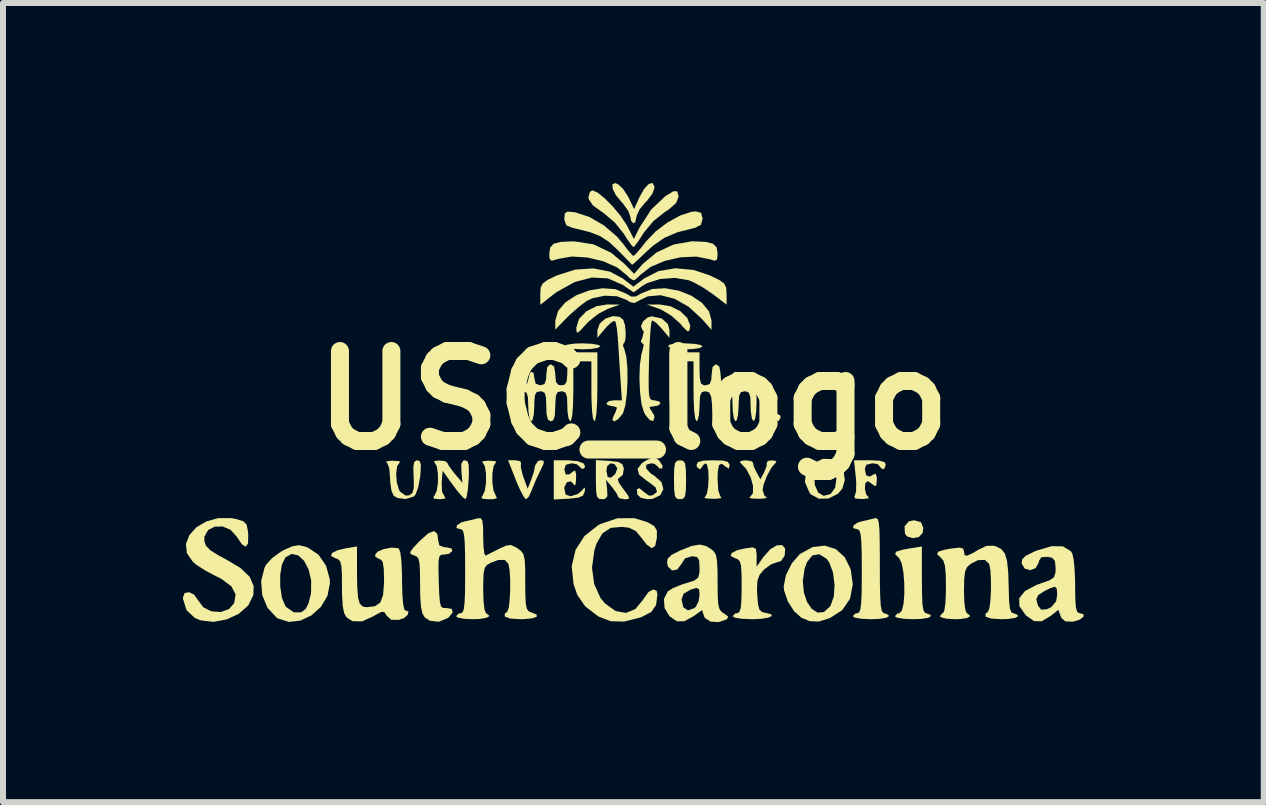
<source format=kicad_pcb>
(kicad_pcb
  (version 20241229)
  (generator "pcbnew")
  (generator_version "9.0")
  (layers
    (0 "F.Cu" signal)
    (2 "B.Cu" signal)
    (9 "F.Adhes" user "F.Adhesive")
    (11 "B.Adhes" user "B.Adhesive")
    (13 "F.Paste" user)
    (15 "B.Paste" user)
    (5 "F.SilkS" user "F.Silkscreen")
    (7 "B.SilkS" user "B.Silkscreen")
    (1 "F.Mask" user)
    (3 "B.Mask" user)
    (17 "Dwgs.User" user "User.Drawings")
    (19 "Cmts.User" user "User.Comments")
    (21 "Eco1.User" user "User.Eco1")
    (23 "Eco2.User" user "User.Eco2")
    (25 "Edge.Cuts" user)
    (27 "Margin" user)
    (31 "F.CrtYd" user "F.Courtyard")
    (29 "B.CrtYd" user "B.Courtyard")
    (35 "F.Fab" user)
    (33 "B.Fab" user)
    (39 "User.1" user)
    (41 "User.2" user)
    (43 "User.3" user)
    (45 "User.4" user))
  (footprint "USC_logo"
    (layer "F.Cu")
    (at 7.511 3.624)
    (property "Reference" "USC_logo" (at 0 0 0) (layer "F.SilkS") (effects (font (size 1.5 1.5) (thickness 0.3))))
    (attr board_only exclude_from_pos_files exclude_from_bom)
    (fp_poly (pts (xy 2.239 0.241) (xy 2.245 0.319) (xy 2.235 0.336) (xy 2.212 0.322) (xy 2.208 0.271) (xy 2.221 0.217)) (stroke (width 0) (type solid)) (fill yes) (layer "F.SilkS"))
    (fp_poly (pts (xy 2.446 0.252) (xy 2.455 0.283) (xy 2.423 0.345) (xy 2.354 0.33) (xy 2.338 0.317) (xy 2.307 0.249) (xy 2.366 0.217) (xy 2.38 0.217)) (stroke (width 0) (type solid)) (fill yes) (layer "F.SilkS"))
    (fp_poly (pts (xy 4.794 2.032) (xy 4.833 2.129) (xy 4.821 2.212) (xy 4.76 2.279) (xy 4.659 2.299) (xy 4.563 2.27) (xy 4.527 2.225) (xy 4.52 2.1) (xy 4.593 2.018) (xy 4.678 2)) (stroke (width 0) (type solid)) (fill yes) (layer "F.SilkS"))
    (fp_poly (pts (xy -0.692 -0.942) (xy -0.583 -0.923) (xy -0.551 -0.9) (xy -0.597 -0.873) (xy -0.716 -0.855) (xy -0.852 -0.85) (xy -1.012 -0.858) (xy -1.12 -0.877) (xy -1.152 -0.9) (xy -1.107 -0.927) (xy -0.987 -0.945) (xy -0.852 -0.95)) (stroke (width 0) (type solid)) (fill yes) (layer "F.SilkS"))
    (fp_poly (pts (xy 1.01 -0.942) (xy 1.12 -0.923) (xy 1.152 -0.9) (xy 1.107 -0.872) (xy 0.99 -0.854) (xy 0.88 -0.85) (xy 0.723 -0.859) (xy 0.61 -0.88) (xy 0.576 -0.9) (xy 0.603 -0.929) (xy 0.719 -0.946) (xy 0.849 -0.95)) (stroke (width 0) (type solid)) (fill yes) (layer "F.SilkS"))
    (fp_poly (pts (xy -0.225 -1.596) (xy -0.426 -1.525) (xy -0.585 -1.442) (xy -0.743 -1.317) (xy -0.789 -1.269) (xy -0.886 -1.162) (xy -0.934 -1.124) (xy -0.95 -1.15) (xy -0.952 -1.212) (xy -0.906 -1.359) (xy -0.785 -1.484) (xy -0.614 -1.57) (xy -0.435 -1.598)) (stroke (width 0) (type solid)) (fill yes) (layer "F.SilkS"))
    (fp_poly (pts (xy 0.617 -1.568) (xy 0.779 -1.488) (xy 0.896 -1.375) (xy 0.946 -1.249) (xy 0.944 -1.214) (xy 0.928 -1.154) (xy 0.896 -1.154) (xy 0.828 -1.221) (xy 0.777 -1.281) (xy 0.634 -1.409) (xy 0.468 -1.509) (xy 0.426 -1.526) (xy 0.225 -1.596) (xy 0.438 -1.598)) (stroke (width 0) (type solid)) (fill yes) (layer "F.SilkS"))
    (fp_poly (pts (xy 0.831 1.01) (xy 0.861 1.055) (xy 0.874 1.157) (xy 0.877 1.325) (xy 0.874 1.501) (xy 0.86 1.599) (xy 0.828 1.641) (xy 0.777 1.65) (xy 0.722 1.64) (xy 0.692 1.595) (xy 0.679 1.493) (xy 0.676 1.325) (xy 0.679 1.149) (xy 0.693 1.051) (xy 0.725 1.009) (xy 0.777 1)) (stroke (width 0) (type solid)) (fill yes) (layer "F.SilkS"))
    (fp_poly (pts (xy -2.307 1.014) (xy -2.283 1.028) (xy -2.292 1.033) (xy -2.331 1.096) (xy -2.351 1.219) (xy -2.352 1.368) (xy -2.333 1.503) (xy -2.295 1.589) (xy -2.295 1.59) (xy -2.275 1.631) (xy -2.333 1.648) (xy -2.405 1.65) (xy -2.513 1.643) (xy -2.535 1.616) (xy -2.515 1.59) (xy -2.477 1.505) (xy -2.458 1.369) (xy -2.458 1.221) (xy -2.478 1.097) (xy -2.517 1.033) (xy -2.517 1.033) (xy -2.517 1.017) (xy -2.436 1.008) (xy -2.405 1.008)) (stroke (width 0) (type solid)) (fill yes) (layer "F.SilkS"))
    (fp_poly (pts (xy -1.888 1.015) (xy -1.875 1.044) (xy -1.877 1.115) (xy -1.848 1.239) (xy -1.834 1.282) (xy -1.764 1.475) (xy -1.705 1.325) (xy -1.66 1.191) (xy -1.639 1.087) (xy -1.593 1.013) (xy -1.548 1) (xy -1.498 1.008) (xy -1.495 1.049) (xy -1.539 1.148) (xy -1.555 1.178) (xy -1.63 1.337) (xy -1.692 1.489) (xy -1.697 1.503) (xy -1.745 1.606) (xy -1.79 1.65) (xy -1.791 1.65) (xy -1.83 1.607) (xy -1.89 1.494) (xy -1.959 1.335) (xy -1.962 1.325) (xy -2.09 1) (xy -1.969 1)) (stroke (width 0) (type solid)) (fill yes) (layer "F.SilkS"))
    (fp_poly (pts (xy 0.349 -3.567) (xy 0.351 -3.543) (xy 0.316 -3.445) (xy 0.229 -3.328) (xy 0.2 -3.3) (xy 0.104 -3.186) (xy 0.053 -3.077) (xy 0.05 -3.055) (xy 0.03 -2.971) (xy 0 -2.95) (xy -0.04 -2.992) (xy -0.05 -3.054) (xy -0.084 -3.153) (xy -0.169 -3.274) (xy -0.2 -3.308) (xy -0.294 -3.422) (xy -0.346 -3.526) (xy -0.351 -3.6) (xy -0.307 -3.622) (xy -0.257 -3.603) (xy -0.175 -3.527) (xy -0.092 -3.402) (xy -0.076 -3.371) (xy 0.011 -3.188) (xy 0.1 -3.386) (xy 0.178 -3.524) (xy 0.256 -3.607) (xy 0.318 -3.624)) (stroke (width 0) (type solid)) (fill yes) (layer "F.SilkS"))
    (fp_poly (pts (xy 4.809 2.994) (xy 4.812 3.241) (xy 4.819 3.405) (xy 4.835 3.5) (xy 4.86 3.543) (xy 4.885 3.55) (xy 4.951 3.577) (xy 4.96 3.6) (xy 4.914 3.627) (xy 4.795 3.645) (xy 4.659 3.65) (xy 4.499 3.642) (xy 4.391 3.623) (xy 4.359 3.6) (xy 4.399 3.556) (xy 4.434 3.55) (xy 4.476 3.505) (xy 4.504 3.387) (xy 4.517 3.223) (xy 4.515 3.039) (xy 4.5 2.861) (xy 4.471 2.715) (xy 4.428 2.628) (xy 4.421 2.622) (xy 4.363 2.566) (xy 4.379 2.525) (xy 4.478 2.493) (xy 4.598 2.471) (xy 4.809 2.437)) (stroke (width 0) (type solid)) (fill yes) (layer "F.SilkS"))
    (fp_poly (pts (xy 3.309 0.98) (xy 3.427 1.057) (xy 3.503 1.182) (xy 3.525 1.328) (xy 3.483 1.472) (xy 3.41 1.558) (xy 3.253 1.637) (xy 3.092 1.641) (xy 2.961 1.571) (xy 2.934 1.539) (xy 2.859 1.363) (xy 2.873 1.235) (xy 3.015 1.235) (xy 3.024 1.413) (xy 3.08 1.537) (xy 3.171 1.593) (xy 3.283 1.564) (xy 3.287 1.562) (xy 3.362 1.459) (xy 3.384 1.309) (xy 3.358 1.178) (xy 3.299 1.08) (xy 3.204 1.056) (xy 3.169 1.059) (xy 3.069 1.089) (xy 3.025 1.168) (xy 3.015 1.235) (xy 2.873 1.235) (xy 2.877 1.197) (xy 2.979 1.062) (xy 3.157 0.976) (xy 3.159 0.976)) (stroke (width 0) (type solid)) (fill yes) (layer "F.SilkS"))
    (fp_poly (pts (xy 0.38 0.965) (xy 0.434 1.012) (xy 0.485 1.09) (xy 0.479 1.136) (xy 0.429 1.136) (xy 0.415 1.113) (xy 0.352 1.06) (xy 0.296 1.05) (xy 0.215 1.074) (xy 0.212 1.136) (xy 0.284 1.216) (xy 0.351 1.26) (xy 0.469 1.366) (xy 0.499 1.481) (xy 0.448 1.581) (xy 0.324 1.642) (xy 0.239 1.65) (xy 0.121 1.625) (xy 0.067 1.573) (xy 0.057 1.483) (xy 0.101 1.465) (xy 0.169 1.524) (xy 0.259 1.589) (xy 0.318 1.585) (xy 0.393 1.528) (xy 0.37 1.453) (xy 0.249 1.358) (xy 0.223 1.342) (xy 0.096 1.241) (xy 0.068 1.144) (xy 0.141 1.048) (xy 0.212 1.002) (xy 0.314 0.955)) (stroke (width 0) (type solid)) (fill yes) (layer "F.SilkS"))
    (fp_poly (pts (xy 2.383 1.013) (xy 2.374 1.038) (xy 2.302 1.122) (xy 2.227 1.258) (xy 2.171 1.402) (xy 2.154 1.493) (xy 2.182 1.586) (xy 2.217 1.617) (xy 2.213 1.632) (xy 2.13 1.641) (xy 2.079 1.642) (xy 1.97 1.637) (xy 1.932 1.624) (xy 1.941 1.617) (xy 1.992 1.549) (xy 1.994 1.429) (xy 1.954 1.284) (xy 1.88 1.145) (xy 1.781 1.039) (xy 1.78 1.038) (xy 1.784 1.012) (xy 1.865 1.001) (xy 1.866 1.001) (xy 1.962 1.012) (xy 1.993 1.038) (xy 2.007 1.105) (xy 2.05 1.196) (xy 2.117 1.317) (xy 2.181 1.197) (xy 2.221 1.095) (xy 2.222 1.038) (xy 2.245 1.009) (xy 2.314 1.001)) (stroke (width 0) (type solid)) (fill yes) (layer "F.SilkS"))
    (fp_poly (pts (xy 1.49 1.005) (xy 1.574 1.026) (xy 1.602 1.07) (xy 1.603 1.085) (xy 1.59 1.14) (xy 1.543 1.11) (xy 1.471 1.057) (xy 1.427 1.08) (xy 1.406 1.188) (xy 1.403 1.321) (xy 1.414 1.5) (xy 1.447 1.601) (xy 1.465 1.617) (xy 1.462 1.632) (xy 1.379 1.641) (xy 1.328 1.642) (xy 1.219 1.637) (xy 1.18 1.624) (xy 1.19 1.617) (xy 1.224 1.56) (xy 1.245 1.443) (xy 1.253 1.301) (xy 1.247 1.166) (xy 1.226 1.073) (xy 1.202 1.05) (xy 1.154 1.088) (xy 1.152 1.1) (xy 1.114 1.149) (xy 1.102 1.15) (xy 1.058 1.11) (xy 1.052 1.075) (xy 1.077 1.03) (xy 1.164 1.006) (xy 1.328 1)) (stroke (width 0) (type solid)) (fill yes) (layer "F.SilkS"))
    (fp_poly (pts (xy -0.596 -3.462) (xy -0.475 -3.364) (xy -0.34 -3.227) (xy -0.212 -3.072) (xy -0.113 -2.923) (xy -0.099 -2.897) (xy 0.007 -2.69) (xy 0.103 -2.882) (xy 0.295 -3.179) (xy 0.533 -3.404) (xy 0.55 -3.415) (xy 0.669 -3.486) (xy 0.73 -3.485) (xy 0.75 -3.413) (xy 0.75 -3.388) (xy 0.711 -3.288) (xy 0.589 -3.181) (xy 0.523 -3.139) (xy 0.336 -2.99) (xy 0.179 -2.804) (xy 0.162 -2.778) (xy 0.081 -2.652) (xy 0.02 -2.57) (xy 0 -2.553) (xy -0.038 -2.592) (xy -0.108 -2.692) (xy -0.162 -2.778) (xy -0.31 -2.964) (xy -0.497 -3.122) (xy -0.523 -3.139) (xy -0.677 -3.251) (xy -0.745 -3.352) (xy -0.75 -3.388) (xy -0.725 -3.476) (xy -0.682 -3.5)) (stroke (width 0) (type solid)) (fill yes) (layer "F.SilkS"))
    (fp_poly (pts (xy -0.302 -1.853) (xy -0.131 -1.783) (xy -0.032 -1.728) (xy 0.043 -1.732) (xy 0.131 -1.783) (xy 0.315 -1.856) (xy 0.53 -1.868) (xy 0.755 -1.828) (xy 0.966 -1.744) (xy 1.142 -1.626) (xy 1.261 -1.481) (xy 1.302 -1.329) (xy 1.301 -1.175) (xy 1.139 -1.359) (xy 0.921 -1.559) (xy 0.687 -1.692) (xy 0.453 -1.752) (xy 0.239 -1.733) (xy 0.111 -1.672) (xy 0.019 -1.622) (xy -0.057 -1.637) (xy -0.111 -1.672) (xy -0.273 -1.734) (xy -0.477 -1.744) (xy -0.679 -1.703) (xy -0.777 -1.658) (xy -0.901 -1.566) (xy -1.047 -1.438) (xy -1.115 -1.372) (xy -1.303 -1.178) (xy -1.303 -1.33) (xy -1.256 -1.491) (xy -1.133 -1.634) (xy -0.953 -1.751) (xy -0.74 -1.831) (xy -0.516 -1.868)) (stroke (width 0) (type solid)) (fill yes) (layer "F.SilkS"))
    (fp_poly (pts (xy -3.561 1.016) (xy -3.544 1.079) (xy -3.55 1.211) (xy -3.557 1.279) (xy -3.588 1.448) (xy -3.631 1.568) (xy -3.66 1.603) (xy -3.796 1.646) (xy -3.934 1.629) (xy -3.998 1.59) (xy -4.034 1.507) (xy -4.055 1.366) (xy -4.058 1.294) (xy -4.071 1.136) (xy -4.106 1.044) (xy -4.121 1.033) (xy -4.12 1.017) (xy -4.039 1.008) (xy -4.008 1.008) (xy -3.91 1.014) (xy -3.887 1.028) (xy -3.895 1.033) (xy -3.939 1.098) (xy -3.956 1.221) (xy -3.946 1.364) (xy -3.91 1.489) (xy -3.89 1.524) (xy -3.797 1.589) (xy -3.735 1.583) (xy -3.684 1.545) (xy -3.662 1.464) (xy -3.663 1.315) (xy -3.665 1.275) (xy -3.67 1.113) (xy -3.655 1.029) (xy -3.616 1.001) (xy -3.604 1)) (stroke (width 0) (type solid)) (fill yes) (layer "F.SilkS"))
    (fp_poly (pts (xy 4.105 1.007) (xy 4.188 1.032) (xy 4.208 1.075) (xy 4.181 1.142) (xy 4.158 1.15) (xy 4.11 1.112) (xy 4.108 1.1) (xy 4.065 1.062) (xy 3.983 1.05) (xy 3.883 1.075) (xy 3.858 1.142) (xy 3.88 1.25) (xy 3.942 1.272) (xy 3.991 1.243) (xy 4.039 1.223) (xy 4.057 1.28) (xy 4.058 1.329) (xy 4.049 1.421) (xy 4.017 1.427) (xy 3.998 1.41) (xy 3.924 1.357) (xy 3.898 1.35) (xy 3.864 1.39) (xy 3.859 1.478) (xy 3.881 1.569) (xy 3.92 1.617) (xy 3.92 1.634) (xy 3.839 1.645) (xy 3.81 1.646) (xy 3.697 1.638) (xy 3.682 1.606) (xy 3.687 1.6) (xy 3.712 1.522) (xy 3.715 1.375) (xy 3.707 1.275) (xy 3.677 1) (xy 3.943 1)) (stroke (width 0) (type solid)) (fill yes) (layer "F.SilkS"))
    (fp_poly (pts (xy 1.003 -2.173) (xy 1.273 -2.083) (xy 1.428 -2.008) (xy 1.512 -1.948) (xy 1.546 -1.879) (xy 1.553 -1.777) (xy 1.553 -1.775) (xy 1.553 -1.595) (xy 1.324 -1.77) (xy 1.161 -1.88) (xy 0.996 -1.971) (xy 0.917 -2.003) (xy 0.689 -2.041) (xy 0.444 -2.022) (xy 0.226 -1.953) (xy 0.147 -1.906) (xy 0.004 -1.8) (xy -0.18 -1.925) (xy -0.423 -2.032) (xy -0.693 -2.047) (xy -0.979 -1.972) (xy -1.273 -1.809) (xy -1.357 -1.747) (xy -1.553 -1.592) (xy -1.553 -1.774) (xy -1.547 -1.877) (xy -1.513 -1.947) (xy -1.431 -2.007) (xy -1.279 -2.081) (xy -1.273 -2.083) (xy -0.972 -2.179) (xy -0.67 -2.199) (xy -0.391 -2.145) (xy -0.181 -2.033) (xy 0 -1.895) (xy 0.181 -2.033) (xy 0.418 -2.154) (xy 0.7 -2.201)) (stroke (width 0) (type solid)) (fill yes) (layer "F.SilkS"))
    (fp_poly (pts (xy -2.766 1.017) (xy -2.746 1.081) (xy -2.743 1.214) (xy -2.747 1.325) (xy -2.761 1.49) (xy -2.781 1.608) (xy -2.801 1.65) (xy -2.848 1.613) (xy -2.932 1.516) (xy -3.01 1.413) (xy -3.181 1.175) (xy -3.197 1.37) (xy -3.191 1.525) (xy -3.147 1.607) (xy -3.133 1.637) (xy -3.217 1.649) (xy -3.229 1.649) (xy -3.325 1.641) (xy -3.334 1.611) (xy -3.317 1.59) (xy -3.278 1.505) (xy -3.259 1.369) (xy -3.26 1.221) (xy -3.28 1.097) (xy -3.318 1.033) (xy -3.319 1.033) (xy -3.323 1.014) (xy -3.246 1.004) (xy -3.244 1.004) (xy -3.144 1.013) (xy -3.106 1.038) (xy -3.076 1.096) (xy -3.002 1.196) (xy -2.978 1.225) (xy -2.851 1.375) (xy -2.868 1.188) (xy -2.87 1.059) (xy -2.838 1.005) (xy -2.808 1)) (stroke (width 0) (type solid)) (fill yes) (layer "F.SilkS"))
    (fp_poly (pts (xy -0.929 1.015) (xy -0.828 1.054) (xy -0.806 1.109) (xy -0.828 1.141) (xy -0.874 1.136) (xy -0.888 1.113) (xy -0.949 1.064) (xy -1.031 1.05) (xy -1.127 1.075) (xy -1.152 1.15) (xy -1.13 1.237) (xy -1.066 1.234) (xy -1.012 1.19) (xy -0.972 1.17) (xy -0.956 1.229) (xy -0.956 1.302) (xy -0.964 1.399) (xy -0.981 1.421) (xy -0.985 1.413) (xy -1.043 1.351) (xy -1.11 1.366) (xy -1.15 1.447) (xy -1.152 1.475) (xy -1.13 1.572) (xy -1.049 1.6) (xy -1.045 1.6) (xy -0.928 1.563) (xy -0.868 1.512) (xy -0.816 1.454) (xy -0.807 1.48) (xy -0.813 1.525) (xy -0.84 1.587) (xy -0.914 1.622) (xy -1.061 1.639) (xy -1.078 1.64) (xy -1.328 1.654) (xy -1.328 1.327) (xy -1.328 1) (xy -1.093 1)) (stroke (width 0) (type solid)) (fill yes) (layer "F.SilkS"))
    (fp_poly (pts (xy 3.375 2.482) (xy 3.523 2.616) (xy 3.622 2.816) (xy 3.657 3.066) (xy 3.612 3.307) (xy 3.482 3.498) (xy 3.275 3.631) (xy 3.089 3.689) (xy 2.936 3.682) (xy 2.8 3.625) (xy 2.677 3.515) (xy 2.573 3.35) (xy 2.512 3.172) (xy 2.505 3.103) (xy 2.523 3.012) (xy 2.824 3.012) (xy 2.841 3.201) (xy 2.894 3.362) (xy 2.974 3.479) (xy 3.071 3.54) (xy 3.176 3.53) (xy 3.279 3.436) (xy 3.286 3.424) (xy 3.341 3.272) (xy 3.353 3.075) (xy 3.327 2.871) (xy 3.265 2.703) (xy 3.22 2.642) (xy 3.097 2.566) (xy 2.985 2.586) (xy 2.895 2.696) (xy 2.854 2.807) (xy 2.824 3.012) (xy 2.523 3.012) (xy 2.543 2.913) (xy 2.641 2.717) (xy 2.773 2.565) (xy 2.777 2.562) (xy 2.987 2.447) (xy 3.191 2.423)) (stroke (width 0) (type solid)) (fill yes) (layer "F.SilkS"))
    (fp_poly (pts (xy -0.401 1.01) (xy -0.257 1.027) (xy -0.186 1.064) (xy -0.16 1.135) (xy -0.159 1.138) (xy -0.177 1.243) (xy -0.221 1.28) (xy -0.26 1.311) (xy -0.245 1.371) (xy -0.168 1.48) (xy -0.09 1.586) (xy -0.07 1.635) (xy -0.106 1.649) (xy -0.144 1.65) (xy -0.23 1.635) (xy -0.252 1.613) (xy -0.281 1.551) (xy -0.351 1.455) (xy -0.355 1.45) (xy -0.458 1.325) (xy -0.438 1.488) (xy -0.434 1.6) (xy -0.471 1.644) (xy -0.522 1.65) (xy -0.578 1.641) (xy -0.61 1.599) (xy -0.623 1.501) (xy -0.626 1.326) (xy -0.626 1.323) (xy -0.626 1.175) (xy -0.451 1.175) (xy -0.43 1.279) (xy -0.373 1.29) (xy -0.302 1.227) (xy -0.268 1.133) (xy -0.316 1.064) (xy -0.379 1.05) (xy -0.436 1.094) (xy -0.451 1.175) (xy -0.626 1.175) (xy -0.626 0.996)) (stroke (width 0) (type solid)) (fill yes) (layer "F.SilkS"))
    (fp_poly (pts (xy 1.202 -2.642) (xy 1.325 -2.612) (xy 1.386 -2.551) (xy 1.403 -2.449) (xy 1.403 -2.446) (xy 1.394 -2.347) (xy 1.35 -2.327) (xy 1.274 -2.351) (xy 1.048 -2.396) (xy 0.786 -2.384) (xy 0.521 -2.324) (xy 0.286 -2.224) (xy 0.113 -2.09) (xy 0.103 -2.079) (xy 0.033 -2.014) (xy 0 -2) (xy -0.059 -2.034) (xy -0.103 -2.079) (xy -0.271 -2.215) (xy -0.503 -2.318) (xy -0.767 -2.381) (xy -1.03 -2.397) (xy -1.26 -2.356) (xy -1.274 -2.351) (xy -1.365 -2.326) (xy -1.399 -2.363) (xy -1.403 -2.446) (xy -1.388 -2.548) (xy -1.33 -2.61) (xy -1.211 -2.641) (xy -1.012 -2.65) (xy -0.989 -2.65) (xy -0.668 -2.601) (xy -0.37 -2.459) (xy -0.155 -2.28) (xy 0.011 -2.109) (xy 0.156 -2.274) (xy 0.386 -2.466) (xy 0.669 -2.597) (xy 0.969 -2.65) (xy 0.997 -2.65)) (stroke (width 0) (type solid)) (fill yes) (layer "F.SilkS"))
    (fp_poly (pts (xy 4.077 1.989) (xy 4.092 2.053) (xy 4.102 2.17) (xy 4.106 2.354) (xy 4.108 2.619) (xy 4.108 2.747) (xy 4.109 3.052) (xy 4.114 3.27) (xy 4.123 3.416) (xy 4.138 3.502) (xy 4.16 3.542) (xy 4.183 3.55) (xy 4.25 3.577) (xy 4.258 3.6) (xy 4.213 3.627) (xy 4.094 3.645) (xy 3.958 3.65) (xy 3.798 3.642) (xy 3.689 3.623) (xy 3.657 3.6) (xy 3.698 3.556) (xy 3.732 3.55) (xy 3.763 3.536) (xy 3.784 3.484) (xy 3.797 3.381) (xy 3.805 3.211) (xy 3.807 2.961) (xy 3.807 2.85) (xy 3.806 2.568) (xy 3.8 2.371) (xy 3.789 2.246) (xy 3.771 2.177) (xy 3.744 2.152) (xy 3.732 2.15) (xy 3.663 2.13) (xy 3.67 2.085) (xy 3.742 2.037) (xy 3.795 2.021) (xy 3.931 1.99) (xy 4.02 1.967) (xy 4.053 1.965)) (stroke (width 0) (type solid)) (fill yes) (layer "F.SilkS"))
    (fp_poly (pts (xy -3.27 2.227) (xy -3.256 2.328) (xy -3.236 2.42) (xy -3.155 2.449) (xy -3.127 2.45) (xy -3.033 2.47) (xy -3.019 2.513) (xy -3.08 2.561) (xy -3.151 2.571) (xy -3.202 2.574) (xy -3.233 2.6) (xy -3.248 2.669) (xy -3.251 2.799) (xy -3.246 3.009) (xy -3.246 3.021) (xy -3.238 3.235) (xy -3.226 3.368) (xy -3.207 3.438) (xy -3.173 3.463) (xy -3.12 3.463) (xy -3.119 3.463) (xy -3.027 3.478) (xy -3.014 3.538) (xy -3.084 3.623) (xy -3.094 3.63) (xy -3.243 3.692) (xy -3.395 3.675) (xy -3.478 3.621) (xy -3.518 3.555) (xy -3.543 3.44) (xy -3.555 3.259) (xy -3.557 3.077) (xy -3.559 2.858) (xy -3.567 2.719) (xy -3.585 2.64) (xy -3.618 2.601) (xy -3.662 2.584) (xy -3.716 2.563) (xy -3.72 2.527) (xy -3.668 2.456) (xy -3.566 2.348) (xy -3.423 2.219) (xy -3.324 2.179)) (stroke (width 0) (type solid)) (fill yes) (layer "F.SilkS"))
    (fp_poly (pts (xy -5.468 2.441) (xy -5.426 2.457) (xy -5.252 2.573) (xy -5.125 2.757) (xy -5.063 2.982) (xy -5.06 3.049) (xy -5.101 3.26) (xy -5.21 3.443) (xy -5.367 3.585) (xy -5.552 3.673) (xy -5.745 3.695) (xy -5.926 3.638) (xy -5.951 3.622) (xy -6.101 3.46) (xy -6.189 3.247) (xy -6.2 3.105) (xy -5.889 3.105) (xy -5.861 3.29) (xy -5.805 3.427) (xy -5.791 3.445) (xy -5.664 3.535) (xy -5.54 3.535) (xy -5.462 3.477) (xy -5.416 3.381) (xy -5.38 3.238) (xy -5.375 3.208) (xy -5.373 3.004) (xy -5.416 2.821) (xy -5.491 2.676) (xy -5.589 2.585) (xy -5.698 2.561) (xy -5.801 2.618) (xy -5.859 2.733) (xy -5.889 2.907) (xy -5.889 3.105) (xy -6.2 3.105) (xy -6.207 3.014) (xy -6.151 2.792) (xy -6.126 2.744) (xy -6.026 2.632) (xy -5.88 2.525) (xy -5.822 2.493) (xy -5.68 2.432) (xy -5.578 2.416)) (stroke (width 0) (type solid)) (fill yes) (layer "F.SilkS"))
    (fp_poly (pts (xy 1.126 -3.127) (xy 1.152 -3.038) (xy 1.152 -3.026) (xy 1.126 -2.926) (xy 1.031 -2.877) (xy 1.014 -2.873) (xy 0.732 -2.801) (xy 0.514 -2.708) (xy 0.324 -2.575) (xy 0.228 -2.488) (xy 0.105 -2.371) (xy 0.015 -2.288) (xy -0.022 -2.258) (xy -0.022 -2.258) (xy -0.056 -2.295) (xy -0.142 -2.383) (xy -0.261 -2.505) (xy -0.261 -2.505) (xy -0.408 -2.641) (xy -0.551 -2.735) (xy -0.723 -2.803) (xy -0.957 -2.862) (xy -1.014 -2.874) (xy -1.119 -2.917) (xy -1.152 -3.009) (xy -1.152 -3.032) (xy -1.144 -3.117) (xy -1.1 -3.146) (xy -0.991 -3.137) (xy -0.968 -3.133) (xy -0.734 -3.057) (xy -0.491 -2.915) (xy -0.275 -2.73) (xy -0.176 -2.614) (xy -0.086 -2.496) (xy -0.02 -2.421) (xy 0 -2.406) (xy 0.041 -2.442) (xy 0.123 -2.537) (xy 0.208 -2.646) (xy 0.369 -2.814) (xy 0.57 -2.966) (xy 0.781 -3.082) (xy 0.973 -3.144) (xy 1.037 -3.15)) (stroke (width 0) (type solid)) (fill yes) (layer "F.SilkS"))
    (fp_poly (pts (xy -0.23 -1.392) (xy -0.169 -1.341) (xy -0.141 -1.254) (xy -0.129 -1.134) (xy -0.132 -1.022) (xy -0.152 -0.955) (xy -0.163 -0.95) (xy -0.175 -0.914) (xy -0.152 -0.853) (xy -0.119 -0.732) (xy -0.101 -0.547) (xy -0.099 -0.328) (xy -0.11 -0.107) (xy -0.135 0.084) (xy -0.173 0.212) (xy -0.181 0.227) (xy -0.256 0.315) (xy -0.321 0.353) (xy -0.351 0.326) (xy -0.351 0.322) (xy -0.33 0.26) (xy -0.299 0.197) (xy -0.274 0.123) (xy -0.325 0.101) (xy -0.349 0.1) (xy -0.431 0.079) (xy -0.451 0.05) (xy -0.408 0.013) (xy -0.322 0) (xy -0.193 0) (xy -0.22 -0.412) (xy -0.235 -0.643) (xy -0.249 -0.868) (xy -0.261 -1.043) (xy -0.262 -1.059) (xy -0.277 -1.204) (xy -0.298 -1.303) (xy -0.308 -1.324) (xy -0.355 -1.309) (xy -0.437 -1.235) (xy -0.47 -1.198) (xy -0.601 -1.042) (xy -0.601 -1.169) (xy -0.562 -1.28) (xy -0.465 -1.363) (xy -0.343 -1.404)) (stroke (width 0) (type solid)) (fill yes) (layer "F.SilkS"))
    (fp_poly (pts (xy 0.233 2.032) (xy 0.347 2.097) (xy 0.391 2.172) (xy 0.391 2.294) (xy 0.362 2.428) (xy 0.307 2.466) (xy 0.223 2.408) (xy 0.14 2.3) (xy 0.041 2.181) (xy -0.07 2.126) (xy -0.187 2.11) (xy -0.378 2.127) (xy -0.517 2.218) (xy -0.616 2.391) (xy -0.652 2.504) (xy -0.691 2.792) (xy -0.654 3.065) (xy -0.548 3.298) (xy -0.475 3.386) (xy -0.297 3.514) (xy -0.124 3.545) (xy 0.033 3.479) (xy 0.165 3.319) (xy 0.176 3.299) (xy 0.253 3.195) (xy 0.331 3.152) (xy 0.387 3.177) (xy 0.4 3.237) (xy 0.377 3.414) (xy 0.297 3.53) (xy 0.139 3.612) (xy 0.111 3.622) (xy -0.156 3.689) (xy -0.378 3.684) (xy -0.577 3.607) (xy -0.596 3.596) (xy -0.804 3.436) (xy -0.936 3.245) (xy -0.999 3.063) (xy -1.029 2.766) (xy -0.965 2.494) (xy -0.815 2.261) (xy -0.584 2.08) (xy -0.55 2.062) (xy -0.266 1.967) (xy 0.016 1.965)) (stroke (width 0) (type solid)) (fill yes) (layer "F.SilkS"))
    (fp_poly (pts (xy 2.53 2.473) (xy 2.522 2.588) (xy 2.46 2.681) (xy 2.397 2.7) (xy 2.297 2.734) (xy 2.184 2.816) (xy 2.175 2.825) (xy 2.102 2.912) (xy 2.067 3.007) (xy 2.06 3.147) (xy 2.064 3.238) (xy 2.077 3.402) (xy 2.101 3.491) (xy 2.147 3.531) (xy 2.192 3.541) (xy 2.294 3.566) (xy 2.309 3.596) (xy 2.248 3.624) (xy 2.123 3.644) (xy 1.979 3.65) (xy 1.809 3.643) (xy 1.692 3.624) (xy 1.653 3.6) (xy 1.694 3.556) (xy 1.728 3.55) (xy 1.765 3.532) (xy 1.788 3.468) (xy 1.8 3.339) (xy 1.804 3.13) (xy 1.804 3.106) (xy 1.802 2.893) (xy 1.794 2.76) (xy 1.774 2.685) (xy 1.738 2.649) (xy 1.692 2.632) (xy 1.621 2.594) (xy 1.638 2.546) (xy 1.732 2.499) (xy 1.87 2.467) (xy 1.991 2.452) (xy 2.042 2.478) (xy 2.054 2.565) (xy 2.054 2.605) (xy 2.054 2.774) (xy 2.167 2.612) (xy 2.281 2.484) (xy 2.392 2.418) (xy 2.481 2.414)) (stroke (width 0) (type solid)) (fill yes) (layer "F.SilkS"))
    (fp_poly (pts (xy 0.47 -1.365) (xy 0.574 -1.272) (xy 0.601 -1.169) (xy 0.601 -1.042) (xy 0.471 -1.196) (xy 0.383 -1.288) (xy 0.319 -1.331) (xy 0.309 -1.33) (xy 0.295 -1.275) (xy 0.282 -1.14) (xy 0.27 -0.943) (xy 0.261 -0.703) (xy 0.26 -0.655) (xy 0.254 -0.389) (xy 0.254 -0.206) (xy 0.26 -0.092) (xy 0.276 -0.031) (xy 0.304 -0.005) (xy 0.345 -0.000007) (xy 0.348 0) (xy 0.431 0.02) (xy 0.451 0.05) (xy 0.409 0.089) (xy 0.341 0.1) (xy 0.268 0.111) (xy 0.283 0.152) (xy 0.291 0.16) (xy 0.344 0.249) (xy 0.351 0.285) (xy 0.328 0.346) (xy 0.272 0.33) (xy 0.201 0.246) (xy 0.177 0.202) (xy 0.135 0.065) (xy 0.11 -0.136) (xy 0.1 -0.365) (xy 0.107 -0.587) (xy 0.133 -0.768) (xy 0.149 -0.822) (xy 0.173 -0.924) (xy 0.147 -0.95) (xy 0.123 -0.984) (xy 0.149 -1.047) (xy 0.173 -1.144) (xy 0.15 -1.175) (xy 0.125 -1.236) (xy 0.161 -1.315) (xy 0.236 -1.381) (xy 0.306 -1.4)) (stroke (width 0) (type solid)) (fill yes) (layer "F.SilkS"))
    (fp_poly (pts (xy -6.699 1.965) (xy -6.618 1.981) (xy -6.504 2.017) (xy -6.449 2.073) (xy -6.427 2.184) (xy -6.422 2.243) (xy -6.426 2.388) (xy -6.464 2.441) (xy -6.53 2.399) (xy -6.615 2.272) (xy -6.718 2.158) (xy -6.849 2.104) (xy -6.983 2.107) (xy -7.092 2.164) (xy -7.152 2.271) (xy -7.154 2.346) (xy -7.128 2.424) (xy -7.057 2.498) (xy -6.923 2.583) (xy -6.796 2.65) (xy -6.55 2.797) (xy -6.398 2.943) (xy -6.331 3.098) (xy -6.337 3.248) (xy -6.422 3.42) (xy -6.579 3.559) (xy -6.78 3.653) (xy -7 3.694) (xy -7.213 3.67) (xy -7.312 3.629) (xy -7.451 3.499) (xy -7.51 3.311) (xy -7.511 3.288) (xy -7.483 3.214) (xy -7.41 3.199) (xy -7.326 3.239) (xy -7.264 3.326) (xy -7.173 3.45) (xy -7.035 3.519) (xy -6.881 3.53) (xy -6.743 3.481) (xy -6.656 3.38) (xy -6.633 3.234) (xy -6.705 3.1) (xy -6.874 2.975) (xy -6.972 2.926) (xy -7.139 2.838) (xy -7.288 2.742) (xy -7.343 2.696) (xy -7.445 2.549) (xy -7.461 2.396) (xy -7.404 2.248) (xy -7.287 2.118) (xy -7.122 2.02) (xy -6.921 1.964)) (stroke (width 0) (type solid)) (fill yes) (layer "F.SilkS"))
    (fp_poly (pts (xy -4.609 2.864) (xy -4.605 3.118) (xy -4.591 3.288) (xy -4.563 3.389) (xy -4.515 3.438) (xy -4.45 3.45) (xy -4.309 3.433) (xy -4.22 3.371) (xy -4.174 3.246) (xy -4.158 3.043) (xy -4.158 2.998) (xy -4.163 2.809) (xy -4.179 2.7) (xy -4.21 2.655) (xy -4.233 2.65) (xy -4.3 2.611) (xy -4.308 2.577) (xy -4.265 2.523) (xy -4.161 2.48) (xy -4.037 2.456) (xy -3.932 2.464) (xy -3.911 2.473) (xy -3.886 2.538) (xy -3.868 2.686) (xy -3.858 2.901) (xy -3.858 3.003) (xy -3.853 3.234) (xy -3.839 3.401) (xy -3.819 3.49) (xy -3.807 3.5) (xy -3.751 3.523) (xy -3.762 3.575) (xy -3.823 3.63) (xy -3.91 3.661) (xy -4.038 3.659) (xy -4.111 3.595) (xy -4.114 3.589) (xy -4.152 3.532) (xy -4.199 3.526) (xy -4.287 3.572) (xy -4.33 3.598) (xy -4.526 3.686) (xy -4.684 3.683) (xy -4.781 3.621) (xy -4.822 3.552) (xy -4.847 3.432) (xy -4.858 3.241) (xy -4.86 3.102) (xy -4.861 2.891) (xy -4.87 2.758) (xy -4.89 2.684) (xy -4.926 2.648) (xy -4.971 2.632) (xy -5.042 2.594) (xy -5.025 2.546) (xy -4.931 2.499) (xy -4.793 2.467) (xy -4.609 2.437)) (stroke (width 0) (type solid)) (fill yes) (layer "F.SilkS"))
    (fp_poly (pts (xy 1.211 2.43) (xy 1.291 2.478) (xy 1.344 2.523) (xy 1.377 2.584) (xy 1.394 2.684) (xy 1.402 2.844) (xy 1.403 3.026) (xy 1.405 3.248) (xy 1.413 3.392) (xy 1.433 3.477) (xy 1.468 3.526) (xy 1.51 3.554) (xy 1.579 3.604) (xy 1.562 3.645) (xy 1.547 3.655) (xy 1.417 3.699) (xy 1.286 3.689) (xy 1.193 3.63) (xy 1.177 3.599) (xy 1.145 3.498) (xy 1.003 3.599) (xy 0.848 3.684) (xy 0.723 3.684) (xy 0.602 3.601) (xy 0.601 3.6) (xy 0.519 3.463) (xy 0.509 3.322) (xy 0.802 3.322) (xy 0.832 3.451) (xy 0.908 3.502) (xy 1.011 3.467) (xy 1.042 3.44) (xy 1.087 3.348) (xy 1.102 3.243) (xy 1.095 3.151) (xy 1.053 3.128) (xy 0.952 3.157) (xy 0.835 3.226) (xy 0.802 3.322) (xy 0.509 3.322) (xy 0.509 3.312) (xy 0.572 3.186) (xy 0.662 3.13) (xy 0.805 3.072) (xy 0.873 3.051) (xy 1.011 3.007) (xy 1.079 2.959) (xy 1.1 2.877) (xy 1.102 2.794) (xy 1.095 2.667) (xy 1.06 2.612) (xy 0.98 2.6) (xy 0.976 2.6) (xy 0.86 2.636) (xy 0.8 2.729) (xy 0.73 2.822) (xy 0.645 2.837) (xy 0.577 2.774) (xy 0.561 2.716) (xy 0.57 2.641) (xy 0.637 2.576) (xy 0.78 2.504) (xy 0.969 2.429) (xy 1.103 2.405)) (stroke (width 0) (type solid)) (fill yes) (layer "F.SilkS"))
    (fp_poly (pts (xy 7.16 2.435) (xy 7.288 2.512) (xy 7.316 2.552) (xy 7.338 2.642) (xy 7.354 2.802) (xy 7.364 3.005) (xy 7.364 3.097) (xy 7.367 3.315) (xy 7.377 3.452) (xy 7.397 3.524) (xy 7.431 3.549) (xy 7.444 3.55) (xy 7.509 3.569) (xy 7.501 3.611) (xy 7.438 3.658) (xy 7.337 3.689) (xy 7.323 3.691) (xy 7.2 3.686) (xy 7.136 3.629) (xy 7.124 3.6) (xy 7.085 3.494) (xy 6.954 3.597) (xy 6.806 3.684) (xy 6.679 3.681) (xy 6.546 3.588) (xy 6.536 3.577) (xy 6.435 3.432) (xy 6.433 3.318) (xy 6.717 3.318) (xy 6.744 3.421) (xy 6.797 3.49) (xy 6.887 3.485) (xy 6.967 3.448) (xy 7.047 3.351) (xy 7.064 3.248) (xy 7.059 3.143) (xy 7.027 3.108) (xy 6.945 3.134) (xy 6.861 3.176) (xy 6.75 3.246) (xy 6.717 3.318) (xy 6.433 3.318) (xy 6.433 3.299) (xy 6.528 3.18) (xy 6.717 3.079) (xy 6.795 3.052) (xy 6.939 3.001) (xy 7.011 2.951) (xy 7.036 2.877) (xy 7.039 2.8) (xy 7.028 2.68) (xy 6.982 2.626) (xy 6.905 2.61) (xy 6.802 2.616) (xy 6.76 2.682) (xy 6.755 2.71) (xy 6.705 2.799) (xy 6.615 2.832) (xy 6.525 2.807) (xy 6.473 2.722) (xy 6.473 2.719) (xy 6.481 2.651) (xy 6.542 2.592) (xy 6.675 2.526) (xy 6.728 2.504) (xy 6.972 2.432)) (stroke (width 0) (type solid)) (fill yes) (layer "F.SilkS"))
    (fp_poly (pts (xy 6.048 2.437) (xy 6.134 2.481) (xy 6.193 2.555) (xy 6.229 2.678) (xy 6.249 2.866) (xy 6.257 3.137) (xy 6.257 3.138) (xy 6.263 3.347) (xy 6.277 3.474) (xy 6.303 3.536) (xy 6.337 3.55) (xy 6.404 3.577) (xy 6.413 3.6) (xy 6.367 3.627) (xy 6.25 3.646) (xy 6.137 3.65) (xy 5.963 3.639) (xy 5.871 3.607) (xy 5.87 3.559) (xy 5.912 3.525) (xy 5.935 3.464) (xy 5.952 3.333) (xy 5.961 3.163) (xy 5.96 2.986) (xy 5.951 2.831) (xy 5.931 2.729) (xy 5.931 2.729) (xy 5.86 2.66) (xy 5.742 2.666) (xy 5.622 2.728) (xy 5.564 2.78) (xy 5.53 2.853) (xy 5.515 2.972) (xy 5.511 3.164) (xy 5.511 3.178) (xy 5.517 3.366) (xy 5.534 3.497) (xy 5.559 3.55) (xy 5.561 3.55) (xy 5.61 3.588) (xy 5.611 3.6) (xy 5.566 3.629) (xy 5.451 3.647) (xy 5.361 3.65) (xy 5.218 3.641) (xy 5.127 3.618) (xy 5.11 3.6) (xy 5.148 3.551) (xy 5.16 3.55) (xy 5.184 3.503) (xy 5.202 3.373) (xy 5.21 3.178) (xy 5.21 3.118) (xy 5.207 2.898) (xy 5.193 2.756) (xy 5.166 2.671) (xy 5.123 2.622) (xy 5.064 2.566) (xy 5.08 2.525) (xy 5.179 2.493) (xy 5.3 2.471) (xy 5.434 2.456) (xy 5.497 2.471) (xy 5.511 2.519) (xy 5.521 2.581) (xy 5.563 2.591) (xy 5.658 2.547) (xy 5.743 2.496) (xy 5.883 2.428) (xy 6.002 2.424)) (stroke (width 0) (type solid)) (fill yes) (layer "F.SilkS"))
    (fp_poly (pts (xy -2.519 2.007) (xy -2.507 2.11) (xy -2.505 2.276) (xy -2.5 2.44) (xy -2.486 2.553) (xy -2.468 2.59) (xy -2.467 2.59) (xy -2.402 2.558) (xy -2.286 2.499) (xy -2.245 2.478) (xy -2.122 2.422) (xy -2.042 2.413) (xy -1.961 2.45) (xy -1.932 2.468) (xy -1.872 2.513) (xy -1.835 2.566) (xy -1.814 2.651) (xy -1.805 2.789) (xy -1.804 3.003) (xy -1.804 3.031) (xy -1.802 3.254) (xy -1.794 3.397) (xy -1.776 3.479) (xy -1.744 3.519) (xy -1.703 3.536) (xy -1.612 3.573) (xy -1.612 3.609) (xy -1.692 3.636) (xy -1.844 3.65) (xy -1.879 3.65) (xy -2.053 3.639) (xy -2.144 3.607) (xy -2.146 3.559) (xy -2.104 3.525) (xy -2.08 3.464) (xy -2.064 3.333) (xy -2.055 3.163) (xy -2.055 2.986) (xy -2.065 2.831) (xy -2.084 2.729) (xy -2.084 2.729) (xy -2.145 2.661) (xy -2.257 2.663) (xy -2.377 2.708) (xy -2.441 2.744) (xy -2.479 2.794) (xy -2.498 2.883) (xy -2.504 3.035) (xy -2.505 3.158) (xy -2.499 3.353) (xy -2.483 3.49) (xy -2.459 3.549) (xy -2.455 3.55) (xy -2.406 3.588) (xy -2.405 3.6) (xy -2.45 3.627) (xy -2.567 3.646) (xy -2.68 3.65) (xy -2.831 3.642) (xy -2.931 3.621) (xy -2.956 3.6) (xy -2.915 3.556) (xy -2.881 3.55) (xy -2.85 3.536) (xy -2.829 3.484) (xy -2.816 3.381) (xy -2.808 3.211) (xy -2.806 2.961) (xy -2.806 2.85) (xy -2.807 2.568) (xy -2.813 2.371) (xy -2.824 2.246) (xy -2.842 2.177) (xy -2.869 2.152) (xy -2.881 2.15) (xy -2.95 2.13) (xy -2.943 2.085) (xy -2.871 2.037) (xy -2.818 2.021) (xy -2.682 1.99) (xy -2.593 1.967) (xy -2.546 1.966)) (stroke (width 0) (type solid)) (fill yes) (layer "F.SilkS"))
    (fp_poly (pts (xy 1.102 -0.525) (xy 1.107 -0.366) (xy 1.125 -0.283) (xy 1.167 -0.253) (xy 1.202 -0.25) (xy 1.271 -0.27) (xy 1.299 -0.346) (xy 1.303 -0.425) (xy 1.319 -0.554) (xy 1.371 -0.6) (xy 1.378 -0.6) (xy 1.433 -0.562) (xy 1.453 -0.441) (xy 1.453 -0.425) (xy 1.464 -0.304) (xy 1.508 -0.256) (xy 1.553 -0.25) (xy 1.631 -0.279) (xy 1.653 -0.378) (xy 1.669 -0.463) (xy 1.703 -0.475) (xy 1.745 -0.404) (xy 1.753 -0.347) (xy 1.79 -0.266) (xy 1.854 -0.25) (xy 1.935 -0.271) (xy 1.954 -0.3) (xy 1.992 -0.349) (xy 2.004 -0.35) (xy 2.03 -0.304) (xy 2.047 -0.18) (xy 2.054 -0.00034) (xy 2.054 0) (xy 2.047 0.18) (xy 2.03 0.304) (xy 2.004 0.35) (xy 2.004 0.35) (xy 1.975 0.305) (xy 1.957 0.19) (xy 1.954 0.1) (xy 1.949 -0.05) (xy 1.926 -0.125) (xy 1.877 -0.149) (xy 1.854 -0.15) (xy 1.794 -0.137) (xy 1.764 -0.081) (xy 1.754 0.042) (xy 1.753 0.1) (xy 1.744 0.243) (xy 1.721 0.333) (xy 1.703 0.35) (xy 1.675 0.305) (xy 1.657 0.19) (xy 1.653 0.1) (xy 1.648 -0.05) (xy 1.626 -0.125) (xy 1.576 -0.149) (xy 1.553 -0.15) (xy 1.493 -0.137) (xy 1.463 -0.082) (xy 1.453 0.04) (xy 1.453 0.104) (xy 1.439 0.268) (xy 1.405 0.34) (xy 1.364 0.32) (xy 1.328 0.211) (xy 1.312 0.084) (xy 1.296 -0.062) (xy 1.262 -0.132) (xy 1.201 -0.15) (xy 1.2 -0.15) (xy 1.141 -0.136) (xy 1.112 -0.078) (xy 1.103 0.049) (xy 1.102 0.1) (xy 1.093 0.243) (xy 1.07 0.333) (xy 1.052 0.35) (xy 1.029 0.302) (xy 1.012 0.169) (xy 1.003 -0.035) (xy 1.002 -0.15) (xy 1.002 -0.65) (xy 0.852 -0.65) (xy 0.701 -0.65) (xy 0.701 -0.15) (xy 0.697 0.082) (xy 0.683 0.25) (xy 0.663 0.339) (xy 0.651 0.35) (xy 0.629 0.302) (xy 0.613 0.166) (xy 0.603 -0.045) (xy 0.601 -0.225) (xy 0.601 -0.8) (xy 0.852 -0.8) (xy 1.102 -0.8)) (stroke (width 0) (type solid)) (fill yes) (layer "F.SilkS"))
    (fp_poly (pts (xy -0.601 -0.225) (xy -0.605 0.031) (xy -0.617 0.219) (xy -0.636 0.328) (xy -0.651 0.35) (xy -0.675 0.302) (xy -0.691 0.169) (xy -0.7 -0.035) (xy -0.701 -0.15) (xy -0.701 -0.65) (xy -0.852 -0.65) (xy -1.002 -0.65) (xy -1.002 -0.15) (xy -1.007 0.082) (xy -1.02 0.25) (xy -1.041 0.339) (xy -1.052 0.35) (xy -1.081 0.305) (xy -1.099 0.19) (xy -1.102 0.1) (xy -1.107 -0.05) (xy -1.13 -0.125) (xy -1.179 -0.149) (xy -1.202 -0.15) (xy -1.262 -0.137) (xy -1.292 -0.081) (xy -1.302 0.042) (xy -1.303 0.1) (xy -1.311 0.257) (xy -1.338 0.334) (xy -1.378 0.35) (xy -1.425 0.323) (xy -1.448 0.231) (xy -1.453 0.1) (xy -1.458 -0.05) (xy -1.481 -0.125) (xy -1.53 -0.149) (xy -1.553 -0.15) (xy -1.613 -0.137) (xy -1.643 -0.081) (xy -1.653 0.042) (xy -1.653 0.1) (xy -1.662 0.243) (xy -1.685 0.333) (xy -1.703 0.35) (xy -1.732 0.305) (xy -1.75 0.19) (xy -1.753 0.1) (xy -1.759 -0.05) (xy -1.781 -0.125) (xy -1.83 -0.149) (xy -1.854 -0.15) (xy -1.914 -0.137) (xy -1.944 -0.081) (xy -1.953 0.042) (xy -1.954 0.1) (xy -1.963 0.243) (xy -1.986 0.333) (xy -2.004 0.35) (xy -2.03 0.304) (xy -2.047 0.18) (xy -2.054 0.000339) (xy -2.054 0) (xy -2.047 -0.18) (xy -2.03 -0.304) (xy -2.004 -0.35) (xy -2.004 -0.35) (xy -1.955 -0.312) (xy -1.954 -0.3) (xy -1.912 -0.259) (xy -1.854 -0.25) (xy -1.77 -0.286) (xy -1.753 -0.347) (xy -1.73 -0.443) (xy -1.703 -0.475) (xy -1.666 -0.457) (xy -1.653 -0.378) (xy -1.631 -0.278) (xy -1.553 -0.25) (xy -1.484 -0.27) (xy -1.456 -0.346) (xy -1.453 -0.425) (xy -1.437 -0.554) (xy -1.385 -0.6) (xy -1.378 -0.6) (xy -1.322 -0.562) (xy -1.303 -0.441) (xy -1.303 -0.425) (xy -1.291 -0.304) (xy -1.248 -0.256) (xy -1.202 -0.25) (xy -1.144 -0.262) (xy -1.114 -0.314) (xy -1.103 -0.429) (xy -1.102 -0.525) (xy -1.102 -0.8) (xy -0.852 -0.8) (xy -0.601 -0.8)) (stroke (width 0) (type solid)) (fill yes) (layer "F.SilkS")))
  (gr_rect
    (start -3 -3)
    (end 18.02 10.324)
    (stroke (width 0.1) (type default))
    (fill no)
    (layer "Edge.Cuts")))
</source>
